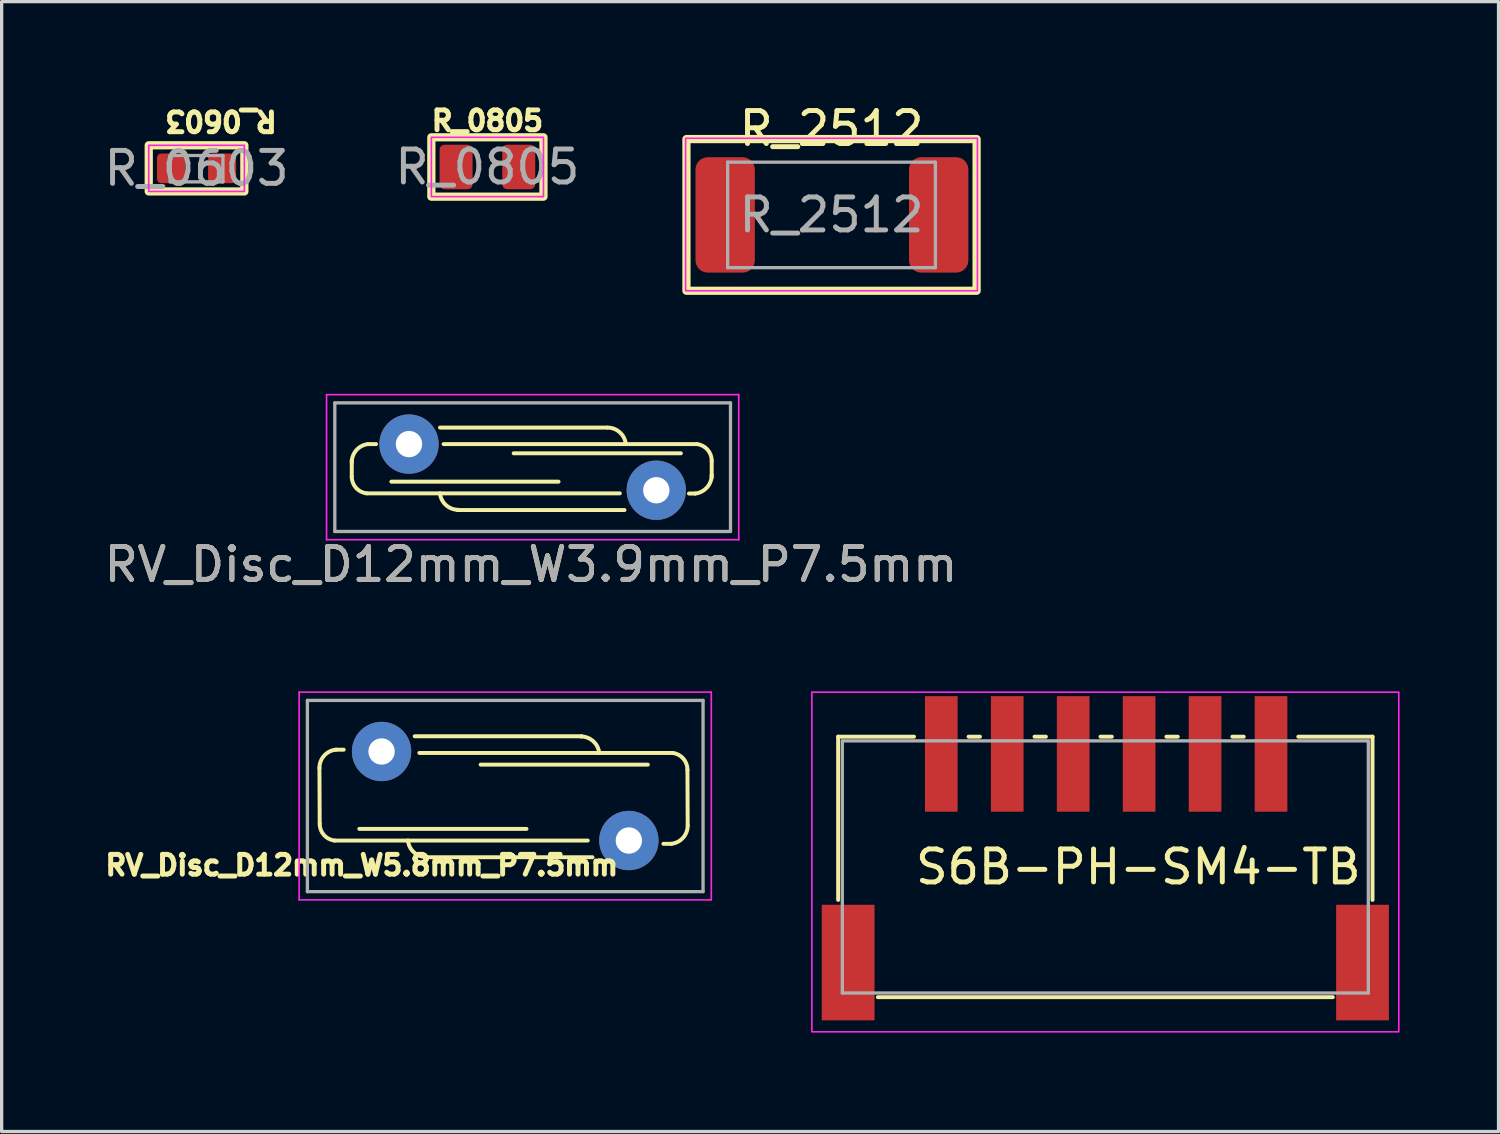
<source format=kicad_pcb>
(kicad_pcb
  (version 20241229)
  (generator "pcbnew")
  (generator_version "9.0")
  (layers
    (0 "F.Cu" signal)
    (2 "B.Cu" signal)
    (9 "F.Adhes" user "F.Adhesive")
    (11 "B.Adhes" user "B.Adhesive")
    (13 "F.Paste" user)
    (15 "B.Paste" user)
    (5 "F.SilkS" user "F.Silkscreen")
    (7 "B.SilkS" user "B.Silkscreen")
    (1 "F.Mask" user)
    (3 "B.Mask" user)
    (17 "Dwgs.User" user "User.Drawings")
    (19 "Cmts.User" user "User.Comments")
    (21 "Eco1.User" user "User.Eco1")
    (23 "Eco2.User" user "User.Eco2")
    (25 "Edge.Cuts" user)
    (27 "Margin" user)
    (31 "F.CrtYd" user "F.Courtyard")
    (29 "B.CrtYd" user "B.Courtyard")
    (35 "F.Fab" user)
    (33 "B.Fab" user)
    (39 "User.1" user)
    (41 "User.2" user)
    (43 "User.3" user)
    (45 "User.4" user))
  (footprint "R_0805"
    (layer "F.Cu")
    (at 11.732 2.014)
    (property "Reference" "R_0805" (at 0 -1.4 0) (unlocked yes) (layer "F.SilkS") (effects (font (size 0.6 0.6) (thickness 0.15) (bold yes))))
    (attr smd)
    (fp_rect (start -1.7 -0.9) (end 1.7 0.9) (stroke (width 0.25) (type default)) (fill no) (layer "F.SilkS"))
    (fp_rect (start -1.7 -0.9) (end 1.7 0.9) (stroke (width 0.05) (type default)) (fill no) (layer "F.CrtYd"))
    (fp_text user "${REFERENCE}" (at 0 0 0) (unlocked yes) (layer "F.Fab") (effects (font (size 1 1) (thickness 0.15))))
    (pad "1" smd roundrect (at -0.95 0) (size 1 1.35) (layers "F.Cu" "F.Mask" "F.Paste") (roundrect_rratio 0.15))
    (pad "2" smd roundrect (at 0.95 0) (size 1 1.35) (layers "F.Cu" "F.Mask" "F.Paste") (roundrect_rratio 0.15)))
  (footprint "RV_Disc_D12mm_W5.8mm_P7.5mm"
    (layer "F.Cu")
    (at 8.522 19.741)
    (property "Reference" "RV_Disc_D12mm_W5.8mm_P7.5mm" (at -0.6 3.45 0) (layer "F.SilkS") (effects (font (size 0.6 0.6) (thickness 0.15))))
    (attr through_hole)
    (fp_line (start -1.876 2.191) (end -1.884 0.499) (stroke (width 0.12) (type solid)) (layer "F.SilkS"))
    (fp_line (start -1.384 -0.055) (end -1.148 -0.055) (stroke (width 0.12) (type solid)) (layer "F.SilkS"))
    (fp_line (start 1.005 -0.462) (end 6.075 -0.462) (stroke (width 0.12) (type solid)) (layer "F.SilkS"))
    (fp_line (start 1.146 0.044) (end 8.821 0.044) (stroke (width 0.12) (type solid)) (layer "F.SilkS"))
    (fp_line (start 3.005 0.398) (end 8.075 0.398) (stroke (width 0.12) (type solid)) (layer "F.SilkS"))
    (fp_line (start 4.395 2.347) (end -0.675 2.347) (stroke (width 0.12) (type solid)) (layer "F.SilkS"))
    (fp_line (start 6.254 2.701) (end -1.421 2.701) (stroke (width 0.12) (type solid)) (layer "F.SilkS"))
    (fp_line (start 6.395 3.207) (end 1.325 3.207) (stroke (width 0.12) (type solid)) (layer "F.SilkS"))
    (fp_line (start 8.784 2.8) (end 8.548 2.8) (stroke (width 0.12) (type solid)) (layer "F.SilkS"))
    (fp_line (start 9.276 0.554) (end 9.284 2.246) (stroke (width 0.12) (type solid)) (layer "F.SilkS"))
    (fp_arc (start -1.883797 0.49919) (mid -1.74086 0.125544) (end -1.383797 -0.054865) (stroke (width 0.12) (type solid)) (layer "F.SilkS"))
    (fp_arc (start -1.420537 2.701119) (mid -1.747381 2.53475) (end -1.875537 2.19112) (stroke (width 0.12) (type solid)) (layer "F.SilkS"))
    (fp_arc (start 1.354055 3.2) (mid 0.980406 3.057066) (end 0.8 2.7) (stroke (width 0.12) (type solid)) (layer "F.SilkS"))
    (fp_arc (start 6.045945 -0.454865) (mid 6.419592 -0.31193) (end 6.6 0.045135) (stroke (width 0.12) (type solid)) (layer "F.SilkS"))
    (fp_arc (start 8.820537 0.044016) (mid 9.147366 0.210395) (end 9.275537 0.554015) (stroke (width 0.12) (type solid)) (layer "F.SilkS"))
    (fp_arc (start 9.283797 2.245945) (mid 9.140863 2.619593) (end 8.783797 2.8) (stroke (width 0.12) (type solid)) (layer "F.SilkS"))
    (fp_line (start -2.5 -1.8) (end -2.5 4.5) (stroke (width 0.05) (type solid)) (layer "F.CrtYd"))
    (fp_line (start -2.5 -1.8) (end 10 -1.8) (stroke (width 0.05) (type solid)) (layer "F.CrtYd"))
    (fp_line (start -2.5 4.5) (end 10 4.5) (stroke (width 0.05) (type solid)) (layer "F.CrtYd"))
    (fp_line (start 10 -1.8) (end 10 4.5) (stroke (width 0.05) (type solid)) (layer "F.CrtYd"))
    (fp_line (start -2.25 -1.55) (end -2.25 4.25) (stroke (width 0.1) (type solid)) (layer "F.Fab"))
    (fp_line (start -2.25 -1.55) (end 9.75 -1.55) (stroke (width 0.1) (type solid)) (layer "F.Fab"))
    (fp_line (start -2.25 4.25) (end 9.75 4.25) (stroke (width 0.1) (type solid)) (layer "F.Fab"))
    (fp_line (start 9.75 -1.55) (end 9.75 4.25) (stroke (width 0.1) (type solid)) (layer "F.Fab"))
    (pad "1" thru_hole circle (at 0 0) (size 1.8 1.8) (drill 0.8) (layers "*.Cu" "*.Mask"))
    (pad "2" thru_hole circle (at 7.5 2.7) (size 1.8 1.8) (drill 0.8) (layers "*.Cu" "*.Mask")))
  (footprint "R_2512"
    (layer "F.Cu")
    (at 22.168 3.468)
    (property "Reference" "R_2512" (at 0 -2.62 0) (layer "F.SilkS") (effects (font (size 1 1) (thickness 0.15))))
    (attr smd)
    (fp_rect (start -4.4 -2.3) (end 4.4 2.3) (stroke (width 0.25) (type solid)) (fill no) (layer "F.SilkS"))
    (fp_rect (start 4.425 -2.325) (end -4.425 2.3) (stroke (width 0.05) (type solid)) (fill no) (layer "F.CrtYd"))
    (fp_line (start -3.15 -1.6) (end 3.15 -1.6) (stroke (width 0.1) (type solid)) (layer "F.Fab"))
    (fp_line (start -3.15 1.6) (end -3.15 -1.6) (stroke (width 0.1) (type solid)) (layer "F.Fab"))
    (fp_line (start 3.15 -1.6) (end 3.15 1.6) (stroke (width 0.1) (type solid)) (layer "F.Fab"))
    (fp_line (start 3.15 1.6) (end -3.15 1.6) (stroke (width 0.1) (type solid)) (layer "F.Fab"))
    (fp_text user "${REFERENCE}" (at 0 0 0) (layer "F.Fab") (effects (font (size 1 1) (thickness 0.15))))
    (pad "1" smd roundrect (at -3.225 0) (size 1.8 3.5) (layers "F.Cu" "F.Mask" "F.Paste") (roundrect_rratio 0.204))
    (pad "2" smd roundrect (at 3.25 0) (size 1.8 3.5) (layers "F.Cu" "F.Mask" "F.Paste") (roundrect_rratio 0.204)))
  (footprint "R_0603"
    (layer "F.Cu")
    (at 2.911 2.056)
    (property "Reference" "R_0603" (at 0.742 -1.442 180) (unlocked yes) (layer "F.SilkS") (effects (font (size 0.6 0.6) (thickness 0.15) (bold yes))))
    (attr smd)
    (fp_rect (start -1.45 -0.7) (end 1.45 0.7) (stroke (width 0.25) (type default)) (fill no) (layer "F.SilkS"))
    (fp_rect (start -1.45 -0.7) (end 1.45 0.7) (stroke (width 0.05) (type default)) (fill no) (layer "F.CrtYd"))
    (fp_line (start -0.8 -0.39) (end 0.8 -0.39) (stroke (width 0.1) (type solid)) (layer "F.Fab"))
    (fp_line (start -0.8 0.41) (end -0.8 -0.39) (stroke (width 0.1) (type solid)) (layer "F.Fab"))
    (fp_line (start 0.8 -0.39) (end 0.8 0.41) (stroke (width 0.1) (type solid)) (layer "F.Fab"))
    (fp_line (start 0.8 0.41) (end -0.8 0.41) (stroke (width 0.1) (type solid)) (layer "F.Fab"))
    (fp_text user "${REFERENCE}" (at 0 0 0) (unlocked yes) (layer "F.Fab") (effects (font (size 1 1) (thickness 0.15))))
    (pad "1" smd roundrect (at -0.775 0) (size 0.85 0.9) (layers "F.Cu" "F.Mask" "F.Paste") (roundrect_rratio 0.15))
    (pad "2" smd roundrect (at 0.775 0) (size 0.85 0.9) (layers "F.Cu" "F.Mask" "F.Paste") (roundrect_rratio 0.15)))
  (footprint "RV_Disc_D12mm_W3.9mm_P7.5mm"
    (layer "F.Cu")
    (at 9.354 10.418)
    (property "Reference" "RV_Disc_D12mm_W3.9mm_P7.5mm" (at 3.7 3.65 0) (layer "F.SilkS") (effects (font (size 1 1) (thickness 0.15))))
    (attr through_hole)
    (fp_line (start -1.736 0.984) (end -1.736 0.484) (stroke (width 0.12) (type solid)) (layer "F.SilkS"))
    (fp_line (start -1.236 0) (end -1 0) (stroke (width 0.12) (type solid)) (layer "F.SilkS"))
    (fp_line (start 1.05 0) (end 8.725 0) (stroke (width 0.12) (type solid)) (layer "F.SilkS"))
    (fp_line (start 4.535 1.14) (end -0.535 1.14) (stroke (width 0.12) (type solid)) (layer "F.SilkS"))
    (fp_line (start 6.01 -0.5) (end 0.94 -0.5) (stroke (width 0.12) (type solid)) (layer "F.SilkS"))
    (fp_line (start 6.394 1.494) (end -1.281 1.494) (stroke (width 0.12) (type solid)) (layer "F.SilkS"))
    (fp_line (start 6.535 2) (end 1.465 2) (stroke (width 0.12) (type solid)) (layer "F.SilkS"))
    (fp_line (start 8.245 0.28) (end 3.175 0.28) (stroke (width 0.12) (type solid)) (layer "F.SilkS"))
    (fp_line (start 8.68 1.5) (end 8.49 1.5) (stroke (width 0.12) (type solid)) (layer "F.SilkS"))
    (fp_line (start 9.18 0.51) (end 9.18 1.01) (stroke (width 0.12) (type solid)) (layer "F.SilkS"))
    (fp_arc (start -1.735945 0.554055) (mid -1.59301 0.180408) (end -1.235945 0) (stroke (width 0.12) (type solid)) (layer "F.SilkS"))
    (fp_arc (start -1.280945 1.494054) (mid -1.60774 1.327641) (end -1.735945 0.984055) (stroke (width 0.12) (type solid)) (layer "F.SilkS"))
    (fp_arc (start 1.493647 1.992935) (mid 1.12 1.85) (end 0.939592 1.492935) (stroke (width 0.12) (type solid)) (layer "F.SilkS"))
    (fp_arc (start 6.02 -0.5) (mid 6.393647 -0.357065) (end 6.574055 0) (stroke (width 0.12) (type solid)) (layer "F.SilkS"))
    (fp_arc (start 8.725 0.000001) (mid 9.051794 0.166414) (end 9.18 0.51) (stroke (width 0.12) (type solid)) (layer "F.SilkS"))
    (fp_arc (start 9.18 0.94) (mid 9.037358 1.315856) (end 8.68 1.5) (stroke (width 0.12) (type solid)) (layer "F.SilkS"))
    (fp_line (start -2.5 -1.5) (end -2.5 2.9) (stroke (width 0.05) (type solid)) (layer "F.CrtYd"))
    (fp_line (start -2.5 -1.5) (end 10 -1.5) (stroke (width 0.05) (type solid)) (layer "F.CrtYd"))
    (fp_line (start -2.5 2.9) (end 10 2.9) (stroke (width 0.05) (type solid)) (layer "F.CrtYd"))
    (fp_line (start 10 -1.5) (end 10 2.9) (stroke (width 0.05) (type solid)) (layer "F.CrtYd"))
    (fp_line (start -2.25 -1.25) (end -2.25 2.65) (stroke (width 0.1) (type solid)) (layer "F.Fab"))
    (fp_line (start -2.25 -1.25) (end 9.75 -1.25) (stroke (width 0.1) (type solid)) (layer "F.Fab"))
    (fp_line (start -2.25 2.65) (end 9.75 2.65) (stroke (width 0.1) (type solid)) (layer "F.Fab"))
    (fp_line (start 9.75 -1.25) (end 9.75 2.65) (stroke (width 0.1) (type solid)) (layer "F.Fab"))
    (fp_text user "${REFERENCE}" (at 3.7 3.65 0) (layer "F.Fab") (effects (font (size 1 1) (thickness 0.15))))
    (pad "1" thru_hole circle (at 0 0) (size 1.8 1.8) (drill 0.8) (layers "*.Cu" "*.Mask"))
    (pad "2" thru_hole circle (at 7.5 1.4) (size 1.8 1.8) (drill 0.8) (layers "*.Cu" "*.Mask")))
  (footprint "S6B-PH-SM4-TB"
    (layer "F.Cu")
    (at 30.472 22.942)
    (property "Reference" "S6B-PH-SM4-TB" (at 1 0.3 180) (layer "F.SilkS") (effects (font (size 1 1) (thickness 0.15))))
    (attr through_hole)
    (fp_line (start -8.103 -3.65) (end -8.103 1.3) (stroke (width 0.12) (type solid)) (layer "F.SilkS"))
    (fp_line (start -6.9 4.25) (end 6.9 4.25) (stroke (width 0.12) (type solid)) (layer "F.SilkS"))
    (fp_line (start -5.803 -3.65) (end -8.103 -3.65) (stroke (width 0.12) (type solid)) (layer "F.SilkS"))
    (fp_line (start -3.803 -3.65) (end -4.147 -3.65) (stroke (width 0.12) (type solid)) (layer "F.SilkS"))
    (fp_line (start -1.803 -3.65) (end -2.147 -3.65) (stroke (width 0.12) (type solid)) (layer "F.SilkS"))
    (fp_line (start 0.197 -3.65) (end -0.147 -3.65) (stroke (width 0.12) (type solid)) (layer "F.SilkS"))
    (fp_line (start 2.197 -3.65) (end 1.853 -3.65) (stroke (width 0.12) (type solid)) (layer "F.SilkS"))
    (fp_line (start 4.197 -3.65) (end 3.853 -3.65) (stroke (width 0.12) (type solid)) (layer "F.SilkS"))
    (fp_line (start 8.103 -3.65) (end 5.853 -3.65) (stroke (width 0.12) (type solid)) (layer "F.SilkS"))
    (fp_line (start 8.103 1.3) (end 8.103 -3.65) (stroke (width 0.12) (type solid)) (layer "F.SilkS"))
    (fp_rect (start 8.9 5.3) (end -8.9 -5) (stroke (width 0.05) (type solid)) (fill no) (layer "F.CrtYd"))
    (fp_line (start -7.976 -3.523) (end -7.976 4.123) (stroke (width 0.1) (type solid)) (layer "F.Fab"))
    (fp_line (start -7.976 4.123) (end 7.976 4.123) (stroke (width 0.1) (type solid)) (layer "F.Fab"))
    (fp_line (start 7.976 -3.523) (end -7.976 -3.523) (stroke (width 0.1) (type solid)) (layer "F.Fab"))
    (fp_line (start 7.976 4.123) (end 7.976 -3.523) (stroke (width 0.1) (type solid)) (layer "F.Fab"))
    (pad "1" smd rect (at -4.975 -3.127 180) (size 0.991 3.505) (layers "F.Cu" "F.Mask" "F.Paste"))
    (pad "2" smd rect (at -2.975 -3.127 180) (size 0.991 3.505) (layers "F.Cu" "F.Mask" "F.Paste"))
    (pad "3" smd rect (at -0.975 -3.127 180) (size 0.991 3.505) (layers "F.Cu" "F.Mask" "F.Paste"))
    (pad "4" smd rect (at 1.025 -3.127 180) (size 0.991 3.505) (layers "F.Cu" "F.Mask" "F.Paste"))
    (pad "5" smd rect (at 3.025 -3.127 180) (size 0.991 3.505) (layers "F.Cu" "F.Mask" "F.Paste"))
    (pad "6" smd rect (at 5.025 -3.127 180) (size 0.991 3.505) (layers "F.Cu" "F.Mask" "F.Paste"))
    (pad "S" smd rect (at -7.8 3.2 180) (size 1.6 3.505) (layers "F.Cu" "F.Mask" "F.Paste"))
    (pad "S" smd rect (at 7.8 3.2 180) (size 1.6 3.505) (layers "F.Cu" "F.Mask" "F.Paste")))
  (gr_rect
    (start -3 -3)
    (end 42.397 31.267)
    (stroke (width 0.1) (type default))
    (fill no)
    (layer "Edge.Cuts")))
</source>
